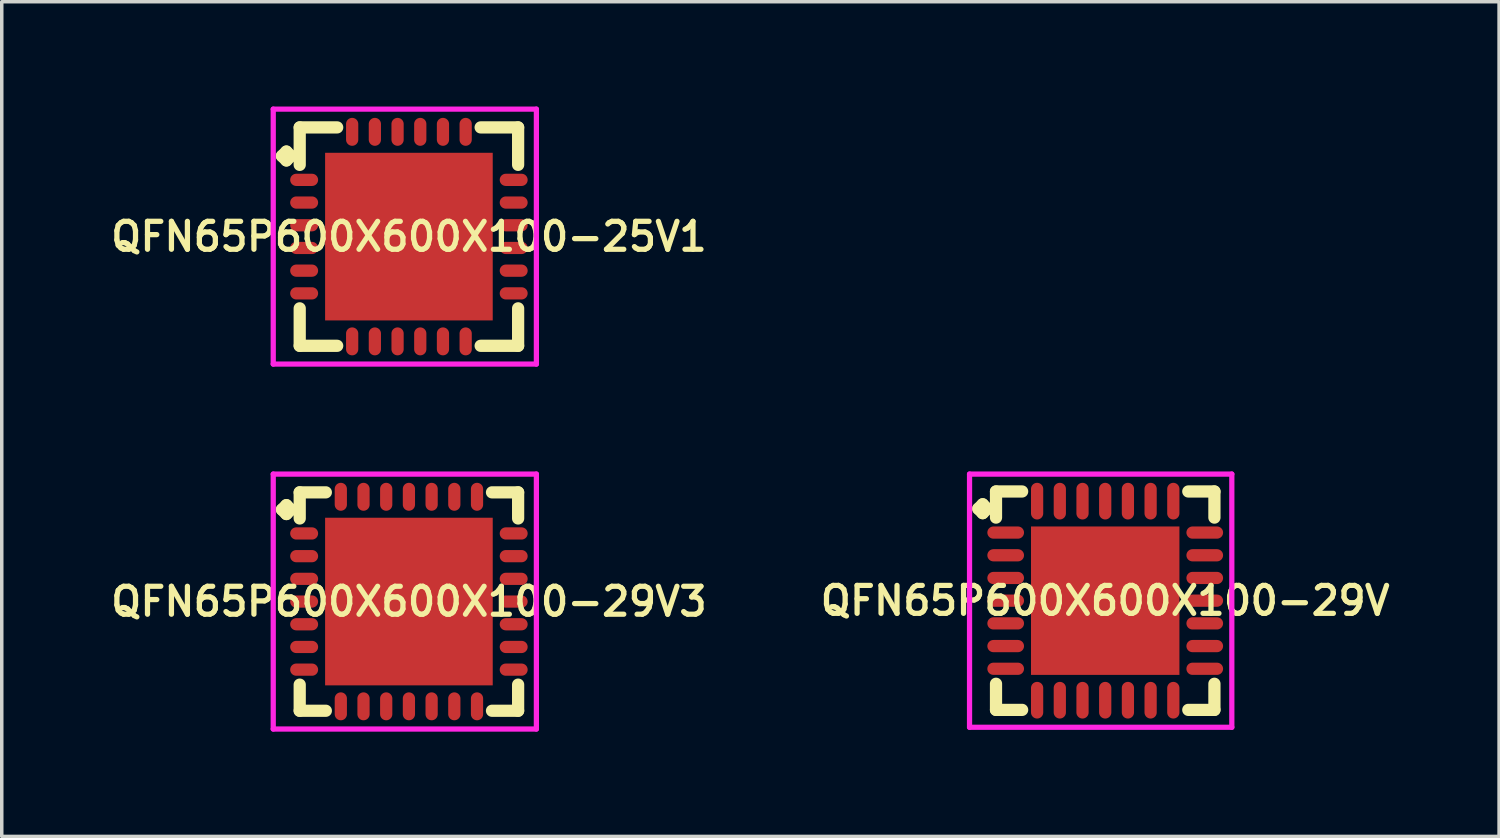
<source format=kicad_pcb>
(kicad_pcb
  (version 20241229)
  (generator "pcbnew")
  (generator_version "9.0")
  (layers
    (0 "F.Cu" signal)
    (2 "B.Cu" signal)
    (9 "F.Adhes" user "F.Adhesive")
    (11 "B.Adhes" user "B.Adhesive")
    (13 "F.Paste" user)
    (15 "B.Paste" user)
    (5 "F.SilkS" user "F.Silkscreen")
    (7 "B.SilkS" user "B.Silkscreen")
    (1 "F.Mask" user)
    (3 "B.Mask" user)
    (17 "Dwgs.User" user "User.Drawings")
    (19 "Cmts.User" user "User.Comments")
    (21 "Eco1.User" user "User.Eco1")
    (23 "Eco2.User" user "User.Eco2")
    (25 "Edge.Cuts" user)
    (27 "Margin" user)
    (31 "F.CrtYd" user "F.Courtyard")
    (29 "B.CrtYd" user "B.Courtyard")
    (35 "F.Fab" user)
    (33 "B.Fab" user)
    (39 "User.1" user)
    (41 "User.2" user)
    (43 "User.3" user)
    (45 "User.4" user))
  (footprint "QFN65P600X600X100-29V3"
    (layer "F.Cu")
    (at 8.659 14.175)
    (property "Reference" "QFN65P600X600X100-29V3" (at 0 0 0) (layer "F.SilkS") (effects (font (size 0.8 0.8) (thickness 0.15))))
    (attr smd)
    (fp_line (start -3.635 -2.633) (end -3.508 -2.76) (stroke (width 0.35) (type solid)) (layer "F.SilkS"))
    (fp_line (start -3.508 -2.76) (end -3.381 -2.633) (stroke (width 0.35) (type solid)) (layer "F.SilkS"))
    (fp_line (start -3.508 -2.506) (end -3.635 -2.633) (stroke (width 0.35) (type solid)) (layer "F.SilkS"))
    (fp_line (start -3.381 -2.633) (end -3.508 -2.506) (stroke (width 0.35) (type solid)) (layer "F.SilkS"))
    (fp_line (start -3.127 -3.127) (end -2.379 -3.127) (stroke (width 0.35) (type solid)) (layer "F.SilkS"))
    (fp_line (start -3.127 -2.379) (end -3.127 -3.127) (stroke (width 0.35) (type solid)) (layer "F.SilkS"))
    (fp_line (start -3.127 2.379) (end -3.127 3.127) (stroke (width 0.35) (type solid)) (layer "F.SilkS"))
    (fp_line (start -3.127 3.127) (end -2.379 3.127) (stroke (width 0.35) (type solid)) (layer "F.SilkS"))
    (fp_line (start 2.379 -3.127) (end 3.127 -3.127) (stroke (width 0.35) (type solid)) (layer "F.SilkS"))
    (fp_line (start 2.379 3.127) (end 3.127 3.127) (stroke (width 0.35) (type solid)) (layer "F.SilkS"))
    (fp_line (start 3.127 -3.127) (end 3.127 -2.379) (stroke (width 0.35) (type solid)) (layer "F.SilkS"))
    (fp_line (start 3.127 3.127) (end 3.127 2.379) (stroke (width 0.35) (type solid)) (layer "F.SilkS"))
    (fp_line (start -3.885 -3.65) (end 3.65 -3.65) (stroke (width 0.15) (type solid)) (layer "F.CrtYd"))
    (fp_line (start -3.885 3.65) (end -3.885 -3.65) (stroke (width 0.15) (type solid)) (layer "F.CrtYd"))
    (fp_line (start 3.65 -3.65) (end 3.65 3.65) (stroke (width 0.15) (type solid)) (layer "F.CrtYd"))
    (fp_line (start 3.65 3.65) (end -3.885 3.65) (stroke (width 0.15) (type solid)) (layer "F.CrtYd"))
    (pad "1" smd oval (at -3 -1.95) (size 0.8 0.35) (layers "F.Cu" "F.Mask" "F.Paste"))
    (pad "2" smd oval (at -3 -1.3) (size 0.8 0.35) (layers "F.Cu" "F.Mask" "F.Paste"))
    (pad "3" smd oval (at -3 -0.65) (size 0.8 0.35) (layers "F.Cu" "F.Mask" "F.Paste"))
    (pad "4" smd oval (at -3 0) (size 0.8 0.35) (layers "F.Cu" "F.Mask" "F.Paste"))
    (pad "5" smd oval (at -3 0.65) (size 0.8 0.35) (layers "F.Cu" "F.Mask" "F.Paste"))
    (pad "6" smd oval (at -3 1.3) (size 0.8 0.35) (layers "F.Cu" "F.Mask" "F.Paste"))
    (pad "7" smd oval (at -3 1.95) (size 0.8 0.35) (layers "F.Cu" "F.Mask" "F.Paste"))
    (pad "8" smd oval (at -1.95 3) (size 0.35 0.8) (layers "F.Cu" "F.Mask" "F.Paste"))
    (pad "9" smd oval (at -1.3 3) (size 0.35 0.8) (layers "F.Cu" "F.Mask" "F.Paste"))
    (pad "10" smd oval (at -0.65 3) (size 0.35 0.8) (layers "F.Cu" "F.Mask" "F.Paste"))
    (pad "11" smd oval (at 0 3) (size 0.35 0.8) (layers "F.Cu" "F.Mask" "F.Paste"))
    (pad "12" smd oval (at 0.65 3) (size 0.35 0.8) (layers "F.Cu" "F.Mask" "F.Paste"))
    (pad "13" smd oval (at 1.3 3) (size 0.35 0.8) (layers "F.Cu" "F.Mask" "F.Paste"))
    (pad "14" smd oval (at 1.95 3) (size 0.35 0.8) (layers "F.Cu" "F.Mask" "F.Paste"))
    (pad "15" smd oval (at 3 1.95) (size 0.8 0.35) (layers "F.Cu" "F.Mask" "F.Paste"))
    (pad "16" smd oval (at 3 1.3) (size 0.8 0.35) (layers "F.Cu" "F.Mask" "F.Paste"))
    (pad "17" smd oval (at 3 0.65) (size 0.8 0.35) (layers "F.Cu" "F.Mask" "F.Paste"))
    (pad "18" smd oval (at 3 0) (size 0.8 0.35) (layers "F.Cu" "F.Mask" "F.Paste"))
    (pad "19" smd oval (at 3 -0.65) (size 0.8 0.35) (layers "F.Cu" "F.Mask" "F.Paste"))
    (pad "20" smd oval (at 3 -1.3) (size 0.8 0.35) (layers "F.Cu" "F.Mask" "F.Paste"))
    (pad "21" smd oval (at 3 -1.95) (size 0.8 0.35) (layers "F.Cu" "F.Mask" "F.Paste"))
    (pad "22" smd oval (at 1.95 -3) (size 0.35 0.8) (layers "F.Cu" "F.Mask" "F.Paste"))
    (pad "23" smd oval (at 1.3 -3) (size 0.35 0.8) (layers "F.Cu" "F.Mask" "F.Paste"))
    (pad "24" smd oval (at 0.65 -3) (size 0.35 0.8) (layers "F.Cu" "F.Mask" "F.Paste"))
    (pad "25" smd oval (at 0 -3) (size 0.35 0.8) (layers "F.Cu" "F.Mask" "F.Paste"))
    (pad "26" smd oval (at -0.65 -3) (size 0.35 0.8) (layers "F.Cu" "F.Mask" "F.Paste"))
    (pad "27" smd oval (at -1.3 -3) (size 0.35 0.8) (layers "F.Cu" "F.Mask" "F.Paste"))
    (pad "28" smd oval (at -1.95 -3) (size 0.35 0.8) (layers "F.Cu" "F.Mask" "F.Paste"))
    (pad "29" smd rect (at 0 0) (size 4.8 4.8) (layers "F.Cu" "F.Mask" "F.Paste")))
  (footprint "QFN65P600X600X100-29V"
    (layer "F.Cu")
    (at 28.597 14.15)
    (property "Reference" "QFN65P600X600X100-29V" (at 0 0 0) (layer "F.SilkS") (effects (font (size 0.8 0.8) (thickness 0.15))))
    (attr smd)
    (fp_line (start -3.635 -2.633) (end -3.508 -2.76) (stroke (width 0.35) (type solid)) (layer "F.SilkS"))
    (fp_line (start -3.508 -2.76) (end -3.381 -2.633) (stroke (width 0.35) (type solid)) (layer "F.SilkS"))
    (fp_line (start -3.508 -2.506) (end -3.635 -2.633) (stroke (width 0.35) (type solid)) (layer "F.SilkS"))
    (fp_line (start -3.381 -2.633) (end -3.508 -2.506) (stroke (width 0.35) (type solid)) (layer "F.SilkS"))
    (fp_line (start -3.127 -3.127) (end -2.379 -3.127) (stroke (width 0.35) (type solid)) (layer "F.SilkS"))
    (fp_line (start -3.127 -2.379) (end -3.127 -3.127) (stroke (width 0.35) (type solid)) (layer "F.SilkS"))
    (fp_line (start -3.127 2.379) (end -3.127 3.127) (stroke (width 0.35) (type solid)) (layer "F.SilkS"))
    (fp_line (start -3.127 3.127) (end -2.379 3.127) (stroke (width 0.35) (type solid)) (layer "F.SilkS"))
    (fp_line (start 2.379 -3.127) (end 3.127 -3.127) (stroke (width 0.35) (type solid)) (layer "F.SilkS"))
    (fp_line (start 2.379 3.127) (end 3.127 3.127) (stroke (width 0.35) (type solid)) (layer "F.SilkS"))
    (fp_line (start 3.127 -3.127) (end 3.127 -2.379) (stroke (width 0.35) (type solid)) (layer "F.SilkS"))
    (fp_line (start 3.127 3.127) (end 3.127 2.379) (stroke (width 0.35) (type solid)) (layer "F.SilkS"))
    (fp_line (start -3.885 -3.625) (end 3.625 -3.625) (stroke (width 0.15) (type solid)) (layer "F.CrtYd"))
    (fp_line (start -3.885 3.625) (end -3.885 -3.625) (stroke (width 0.15) (type solid)) (layer "F.CrtYd"))
    (fp_line (start 3.625 -3.625) (end 3.625 3.625) (stroke (width 0.15) (type solid)) (layer "F.CrtYd"))
    (fp_line (start 3.625 3.625) (end -3.885 3.625) (stroke (width 0.15) (type solid)) (layer "F.CrtYd"))
    (pad "1" smd oval (at -2.85 -1.95) (size 1.05 0.35) (layers "F.Cu" "F.Mask" "F.Paste"))
    (pad "2" smd oval (at -2.85 -1.3) (size 1.05 0.35) (layers "F.Cu" "F.Mask" "F.Paste"))
    (pad "3" smd oval (at -2.85 -0.65) (size 1.05 0.35) (layers "F.Cu" "F.Mask" "F.Paste"))
    (pad "4" smd oval (at -2.85 0) (size 1.05 0.35) (layers "F.Cu" "F.Mask" "F.Paste"))
    (pad "5" smd oval (at -2.85 0.65) (size 1.05 0.35) (layers "F.Cu" "F.Mask" "F.Paste"))
    (pad "6" smd oval (at -2.85 1.3) (size 1.05 0.35) (layers "F.Cu" "F.Mask" "F.Paste"))
    (pad "7" smd oval (at -2.85 1.95) (size 1.05 0.35) (layers "F.Cu" "F.Mask" "F.Paste"))
    (pad "8" smd oval (at -1.95 2.85) (size 0.35 1.05) (layers "F.Cu" "F.Mask" "F.Paste"))
    (pad "9" smd oval (at -1.3 2.85) (size 0.35 1.05) (layers "F.Cu" "F.Mask" "F.Paste"))
    (pad "10" smd oval (at -0.65 2.85) (size 0.35 1.05) (layers "F.Cu" "F.Mask" "F.Paste"))
    (pad "11" smd oval (at 0 2.85) (size 0.35 1.05) (layers "F.Cu" "F.Mask" "F.Paste"))
    (pad "12" smd oval (at 0.65 2.85) (size 0.35 1.05) (layers "F.Cu" "F.Mask" "F.Paste"))
    (pad "13" smd oval (at 1.3 2.85) (size 0.35 1.05) (layers "F.Cu" "F.Mask" "F.Paste"))
    (pad "14" smd oval (at 1.95 2.85) (size 0.35 1.05) (layers "F.Cu" "F.Mask" "F.Paste"))
    (pad "15" smd oval (at 2.85 1.95) (size 1.05 0.35) (layers "F.Cu" "F.Mask" "F.Paste"))
    (pad "16" smd oval (at 2.85 1.3) (size 1.05 0.35) (layers "F.Cu" "F.Mask" "F.Paste"))
    (pad "17" smd oval (at 2.85 0.65) (size 1.05 0.35) (layers "F.Cu" "F.Mask" "F.Paste"))
    (pad "18" smd oval (at 2.85 0) (size 1.05 0.35) (layers "F.Cu" "F.Mask" "F.Paste"))
    (pad "19" smd oval (at 2.85 -0.65) (size 1.05 0.35) (layers "F.Cu" "F.Mask" "F.Paste"))
    (pad "20" smd oval (at 2.85 -1.3) (size 1.05 0.35) (layers "F.Cu" "F.Mask" "F.Paste"))
    (pad "21" smd oval (at 2.85 -1.95) (size 1.05 0.35) (layers "F.Cu" "F.Mask" "F.Paste"))
    (pad "22" smd oval (at 1.95 -2.85) (size 0.35 1.05) (layers "F.Cu" "F.Mask" "F.Paste"))
    (pad "23" smd oval (at 1.3 -2.85) (size 0.35 1.05) (layers "F.Cu" "F.Mask" "F.Paste"))
    (pad "24" smd oval (at 0.65 -2.85) (size 0.35 1.05) (layers "F.Cu" "F.Mask" "F.Paste"))
    (pad "25" smd oval (at 0 -2.85) (size 0.35 1.05) (layers "F.Cu" "F.Mask" "F.Paste"))
    (pad "26" smd oval (at -0.65 -2.85) (size 0.35 1.05) (layers "F.Cu" "F.Mask" "F.Paste"))
    (pad "27" smd oval (at -1.3 -2.85) (size 0.35 1.05) (layers "F.Cu" "F.Mask" "F.Paste"))
    (pad "28" smd oval (at -1.95 -2.85) (size 0.35 1.05) (layers "F.Cu" "F.Mask" "F.Paste"))
    (pad "29" smd rect (at 0 0) (size 4.25 4.25) (layers "F.Cu" "F.Mask" "F.Paste")))
  (footprint "QFN65P600X600X100-25V1"
    (layer "F.Cu")
    (at 8.659 3.725)
    (property "Reference" "QFN65P600X600X100-25V1" (at 0 0 0) (layer "F.SilkS") (effects (font (size 0.8 0.8) (thickness 0.15))))
    (attr through_hole)
    (fp_line (start -3.635 -2.308) (end -3.508 -2.435) (stroke (width 0.35) (type solid)) (layer "F.SilkS"))
    (fp_line (start -3.508 -2.435) (end -3.381 -2.308) (stroke (width 0.35) (type solid)) (layer "F.SilkS"))
    (fp_line (start -3.508 -2.181) (end -3.635 -2.308) (stroke (width 0.35) (type solid)) (layer "F.SilkS"))
    (fp_line (start -3.381 -2.308) (end -3.508 -2.181) (stroke (width 0.35) (type solid)) (layer "F.SilkS"))
    (fp_line (start -3.127 -3.127) (end -2.054 -3.127) (stroke (width 0.35) (type solid)) (layer "F.SilkS"))
    (fp_line (start -3.127 -2.054) (end -3.127 -3.127) (stroke (width 0.35) (type solid)) (layer "F.SilkS"))
    (fp_line (start -3.127 2.054) (end -3.127 3.127) (stroke (width 0.35) (type solid)) (layer "F.SilkS"))
    (fp_line (start -3.127 3.127) (end -2.054 3.127) (stroke (width 0.35) (type solid)) (layer "F.SilkS"))
    (fp_line (start 2.054 -3.127) (end 3.127 -3.127) (stroke (width 0.35) (type solid)) (layer "F.SilkS"))
    (fp_line (start 2.054 3.127) (end 3.127 3.127) (stroke (width 0.35) (type solid)) (layer "F.SilkS"))
    (fp_line (start 3.127 -3.127) (end 3.127 -2.054) (stroke (width 0.35) (type solid)) (layer "F.SilkS"))
    (fp_line (start 3.127 3.127) (end 3.127 2.054) (stroke (width 0.35) (type solid)) (layer "F.SilkS"))
    (fp_line (start -3.885 -3.65) (end 3.65 -3.65) (stroke (width 0.15) (type solid)) (layer "F.CrtYd"))
    (fp_line (start -3.885 3.65) (end -3.885 -3.65) (stroke (width 0.15) (type solid)) (layer "F.CrtYd"))
    (fp_line (start 3.65 -3.65) (end 3.65 3.65) (stroke (width 0.15) (type solid)) (layer "F.CrtYd"))
    (fp_line (start 3.65 3.65) (end -3.885 3.65) (stroke (width 0.15) (type solid)) (layer "F.CrtYd"))
    (pad "1" smd oval (at -3 -1.625) (size 0.8 0.35) (layers "F.Cu" "F.Mask" "F.Paste"))
    (pad "2" smd oval (at -3 -0.975) (size 0.8 0.35) (layers "F.Cu" "F.Mask" "F.Paste"))
    (pad "3" smd oval (at -3 -0.325) (size 0.8 0.35) (layers "F.Cu" "F.Mask" "F.Paste"))
    (pad "4" smd oval (at -3 0.325) (size 0.8 0.35) (layers "F.Cu" "F.Mask" "F.Paste"))
    (pad "5" smd oval (at -3 0.975) (size 0.8 0.35) (layers "F.Cu" "F.Mask" "F.Paste"))
    (pad "6" smd oval (at -3 1.625) (size 0.8 0.35) (layers "F.Cu" "F.Mask" "F.Paste"))
    (pad "7" smd oval (at -1.625 3) (size 0.35 0.8) (layers "F.Cu" "F.Mask" "F.Paste"))
    (pad "8" smd oval (at -0.975 3) (size 0.35 0.8) (layers "F.Cu" "F.Mask" "F.Paste"))
    (pad "9" smd oval (at -0.325 3) (size 0.35 0.8) (layers "F.Cu" "F.Mask" "F.Paste"))
    (pad "10" smd oval (at 0.325 3) (size 0.35 0.8) (layers "F.Cu" "F.Mask" "F.Paste"))
    (pad "11" smd oval (at 0.975 3) (size 0.35 0.8) (layers "F.Cu" "F.Mask" "F.Paste"))
    (pad "12" smd oval (at 1.625 3) (size 0.35 0.8) (layers "F.Cu" "F.Mask" "F.Paste"))
    (pad "13" smd oval (at 3 1.625) (size 0.8 0.35) (layers "F.Cu" "F.Mask" "F.Paste"))
    (pad "14" smd oval (at 3 0.975) (size 0.8 0.35) (layers "F.Cu" "F.Mask" "F.Paste"))
    (pad "15" smd oval (at 3 0.325) (size 0.8 0.35) (layers "F.Cu" "F.Mask" "F.Paste"))
    (pad "16" smd oval (at 3 -0.325) (size 0.8 0.35) (layers "F.Cu" "F.Mask" "F.Paste"))
    (pad "17" smd oval (at 3 -0.975) (size 0.8 0.35) (layers "F.Cu" "F.Mask" "F.Paste"))
    (pad "18" smd oval (at 3 -1.625) (size 0.8 0.35) (layers "F.Cu" "F.Mask" "F.Paste"))
    (pad "19" smd oval (at 1.625 -3) (size 0.35 0.8) (layers "F.Cu" "F.Mask" "F.Paste"))
    (pad "20" smd oval (at 0.975 -3) (size 0.35 0.8) (layers "F.Cu" "F.Mask" "F.Paste"))
    (pad "21" smd oval (at 0.325 -3) (size 0.35 0.8) (layers "F.Cu" "F.Mask" "F.Paste"))
    (pad "22" smd oval (at -0.325 -3) (size 0.35 0.8) (layers "F.Cu" "F.Mask" "F.Paste"))
    (pad "23" smd oval (at -0.975 -3) (size 0.35 0.8) (layers "F.Cu" "F.Mask" "F.Paste"))
    (pad "24" smd oval (at -1.625 -3) (size 0.35 0.8) (layers "F.Cu" "F.Mask" "F.Paste"))
    (pad "25" smd rect (at 0 0) (size 4.8 4.8) (layers "F.Cu" "F.Mask" "F.Paste")))
  (gr_rect
    (start -3 -3)
    (end 39.875 20.9)
    (stroke (width 0.1) (type default))
    (fill no)
    (layer "Edge.Cuts")))
</source>
